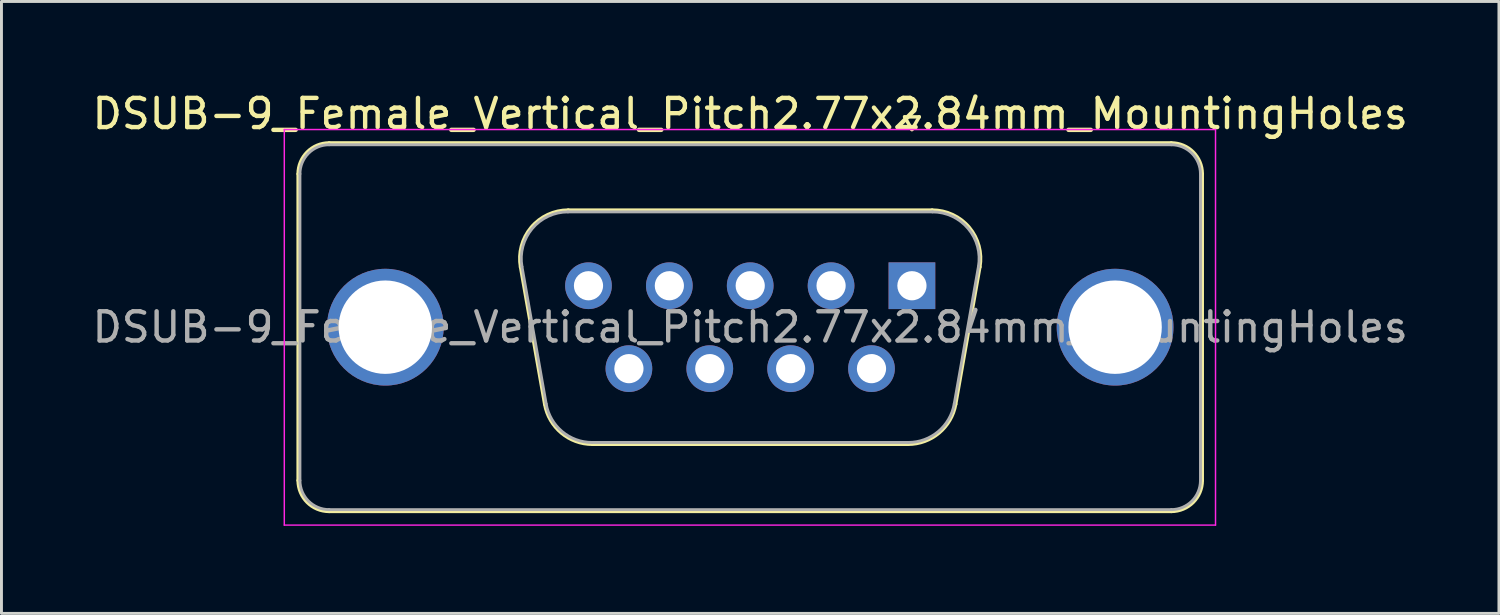
<source format=kicad_pcb>
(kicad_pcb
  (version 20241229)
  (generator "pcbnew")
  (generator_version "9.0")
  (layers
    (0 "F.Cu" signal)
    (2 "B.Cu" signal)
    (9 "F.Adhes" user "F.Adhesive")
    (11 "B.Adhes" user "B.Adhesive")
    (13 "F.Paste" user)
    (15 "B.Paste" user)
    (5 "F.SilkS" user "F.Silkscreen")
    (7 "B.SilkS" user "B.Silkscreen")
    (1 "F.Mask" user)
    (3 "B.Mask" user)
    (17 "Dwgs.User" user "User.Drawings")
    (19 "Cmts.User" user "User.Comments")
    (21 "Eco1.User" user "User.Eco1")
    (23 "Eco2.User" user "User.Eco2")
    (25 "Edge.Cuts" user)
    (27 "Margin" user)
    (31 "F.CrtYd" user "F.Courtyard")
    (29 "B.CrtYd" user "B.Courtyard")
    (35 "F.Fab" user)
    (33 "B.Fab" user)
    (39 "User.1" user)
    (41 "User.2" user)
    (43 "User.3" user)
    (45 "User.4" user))
  (footprint "DSUB-9_Female_Vertical_Pitch2.77x2.84mm_MountingHoles"
    (layer "F.Cu")
    (at 28.189 6.738)
    (property "Reference" "DSUB-9_Female_Vertical_Pitch2.77x2.84mm_MountingHoles" (at -5.54 -5.89 0) (layer "F.SilkS") (effects (font (size 1 1) (thickness 0.15))))
    (attr through_hole)
    (fp_line (start -21.025 6.67) (end -21.025 -3.83) (stroke (width 0.12) (type solid)) (layer "F.SilkS"))
    (fp_line (start -19.965 -4.89) (end 8.885 -4.89) (stroke (width 0.12) (type solid)) (layer "F.SilkS"))
    (fp_line (start -13.406 -0.642) (end -12.578 4.058) (stroke (width 0.12) (type solid)) (layer "F.SilkS"))
    (fp_line (start -11.772 -2.59) (end 0.692 -2.59) (stroke (width 0.12) (type solid)) (layer "F.SilkS"))
    (fp_line (start -10.943 5.43) (end -0.137 5.43) (stroke (width 0.12) (type solid)) (layer "F.SilkS"))
    (fp_line (start -0.25 -5.784) (end 0.25 -5.784) (stroke (width 0.12) (type solid)) (layer "F.SilkS"))
    (fp_line (start 0 -5.351) (end -0.25 -5.784) (stroke (width 0.12) (type solid)) (layer "F.SilkS"))
    (fp_line (start 0.25 -5.784) (end 0 -5.351) (stroke (width 0.12) (type solid)) (layer "F.SilkS"))
    (fp_line (start 2.326 -0.642) (end 1.498 4.058) (stroke (width 0.12) (type solid)) (layer "F.SilkS"))
    (fp_line (start 8.885 7.73) (end -19.965 7.73) (stroke (width 0.12) (type solid)) (layer "F.SilkS"))
    (fp_line (start 9.945 -3.83) (end 9.945 6.67) (stroke (width 0.12) (type solid)) (layer "F.SilkS"))
    (fp_arc (start -21.025 -3.83) (mid -20.714533 -4.579533) (end -19.965 -4.89) (stroke (width 0.12) (type solid)) (layer "F.SilkS"))
    (fp_arc (start -19.965 7.73) (mid -20.714533 7.419533) (end -21.025 6.67) (stroke (width 0.12) (type solid)) (layer "F.SilkS"))
    (fp_arc (start -13.40647 -0.641744) (mid -13.043323 -1.997028) (end -11.771689 -2.59) (stroke (width 0.12) (type solid)) (layer "F.SilkS"))
    (fp_arc (start -10.942952 5.43) (mid -12.009979 5.041634) (end -12.577733 4.058256) (stroke (width 0.12) (type solid)) (layer "F.SilkS"))
    (fp_arc (start 0.691689 -2.59) (mid 1.963323 -1.997027) (end 2.32647 -0.641744) (stroke (width 0.12) (type solid)) (layer "F.SilkS"))
    (fp_arc (start 1.497733 4.058256) (mid 0.92998 5.041634) (end -0.137048 5.43) (stroke (width 0.12) (type solid)) (layer "F.SilkS"))
    (fp_arc (start 8.885 -4.89) (mid 9.634533 -4.579533) (end 9.945 -3.83) (stroke (width 0.12) (type solid)) (layer "F.SilkS"))
    (fp_arc (start 9.945 6.67) (mid 9.634533 7.419533) (end 8.885 7.73) (stroke (width 0.12) (type solid)) (layer "F.SilkS"))
    (fp_line (start -21.5 -5.35) (end -21.5 8.2) (stroke (width 0.05) (type solid)) (layer "F.CrtYd"))
    (fp_line (start -21.5 8.2) (end 10.4 8.2) (stroke (width 0.05) (type solid)) (layer "F.CrtYd"))
    (fp_line (start 10.4 -5.35) (end -21.5 -5.35) (stroke (width 0.05) (type solid)) (layer "F.CrtYd"))
    (fp_line (start 10.4 8.2) (end 10.4 -5.35) (stroke (width 0.05) (type solid)) (layer "F.CrtYd"))
    (fp_line (start -20.965 6.67) (end -20.965 -3.83) (stroke (width 0.1) (type solid)) (layer "F.Fab"))
    (fp_line (start -19.965 -4.83) (end 8.885 -4.83) (stroke (width 0.1) (type solid)) (layer "F.Fab"))
    (fp_line (start -13.359 -0.652) (end -12.53 4.048) (stroke (width 0.1) (type solid)) (layer "F.Fab"))
    (fp_line (start -11.783 -2.53) (end 0.703 -2.53) (stroke (width 0.1) (type solid)) (layer "F.Fab"))
    (fp_line (start -10.954 5.37) (end -0.126 5.37) (stroke (width 0.1) (type solid)) (layer "F.Fab"))
    (fp_line (start 2.279 -0.652) (end 1.45 4.048) (stroke (width 0.1) (type solid)) (layer "F.Fab"))
    (fp_line (start 8.885 7.67) (end -19.965 7.67) (stroke (width 0.1) (type solid)) (layer "F.Fab"))
    (fp_line (start 9.885 -3.83) (end 9.885 6.67) (stroke (width 0.1) (type solid)) (layer "F.Fab"))
    (fp_arc (start -20.965 -3.83) (mid -20.672107 -4.537107) (end -19.965 -4.83) (stroke (width 0.1) (type solid)) (layer "F.Fab"))
    (fp_arc (start -19.965 7.67) (mid -20.672107 7.377107) (end -20.965 6.67) (stroke (width 0.1) (type solid)) (layer "F.Fab"))
    (fp_arc (start -13.358886 -0.652163) (mid -13.008865 -1.95846) (end -11.783194 -2.53) (stroke (width 0.1) (type solid)) (layer "F.Fab"))
    (fp_arc (start -10.954457 5.37) (mid -11.982917 4.995671) (end -12.530149 4.047837) (stroke (width 0.1) (type solid)) (layer "F.Fab"))
    (fp_arc (start 0.703194 -2.53) (mid 1.928865 -1.95846) (end 2.278886 -0.652163) (stroke (width 0.1) (type solid)) (layer "F.Fab"))
    (fp_arc (start 1.450149 4.047837) (mid 0.902917 4.995671) (end -0.125543 5.37) (stroke (width 0.1) (type solid)) (layer "F.Fab"))
    (fp_arc (start 8.885 -4.83) (mid 9.592107 -4.537107) (end 9.885 -3.83) (stroke (width 0.1) (type solid)) (layer "F.Fab"))
    (fp_arc (start 9.885 6.67) (mid 9.592107 7.377107) (end 8.885 7.67) (stroke (width 0.1) (type solid)) (layer "F.Fab"))
    (fp_text user "${REFERENCE}" (at -5.54 1.42 0) (layer "F.Fab") (effects (font (size 1 1) (thickness 0.15))))
    (pad "0" thru_hole circle (at -18.04 1.42) (size 4 4) (drill 3.2) (layers "*.Cu" "*.Mask"))
    (pad "0" thru_hole circle (at 6.96 1.42) (size 4 4) (drill 3.2) (layers "*.Cu" "*.Mask"))
    (pad "1" thru_hole rect (at 0 0) (size 1.6 1.6) (drill 1) (layers "*.Cu" "*.Mask"))
    (pad "2" thru_hole circle (at -2.77 0) (size 1.6 1.6) (drill 1) (layers "*.Cu" "*.Mask"))
    (pad "3" thru_hole circle (at -5.54 0) (size 1.6 1.6) (drill 1) (layers "*.Cu" "*.Mask"))
    (pad "4" thru_hole circle (at -8.31 0) (size 1.6 1.6) (drill 1) (layers "*.Cu" "*.Mask"))
    (pad "5" thru_hole circle (at -11.08 0) (size 1.6 1.6) (drill 1) (layers "*.Cu" "*.Mask"))
    (pad "6" thru_hole circle (at -1.385 2.84) (size 1.6 1.6) (drill 1) (layers "*.Cu" "*.Mask"))
    (pad "7" thru_hole circle (at -4.155 2.84) (size 1.6 1.6) (drill 1) (layers "*.Cu" "*.Mask"))
    (pad "8" thru_hole circle (at -6.925 2.84) (size 1.6 1.6) (drill 1) (layers "*.Cu" "*.Mask"))
    (pad "9" thru_hole circle (at -9.695 2.84) (size 1.6 1.6) (drill 1) (layers "*.Cu" "*.Mask")))
  (gr_rect
    (start -3 -3)
    (end 48.298 17.963)
    (stroke (width 0.1) (type default))
    (fill no)
    (layer "Edge.Cuts")))
</source>
